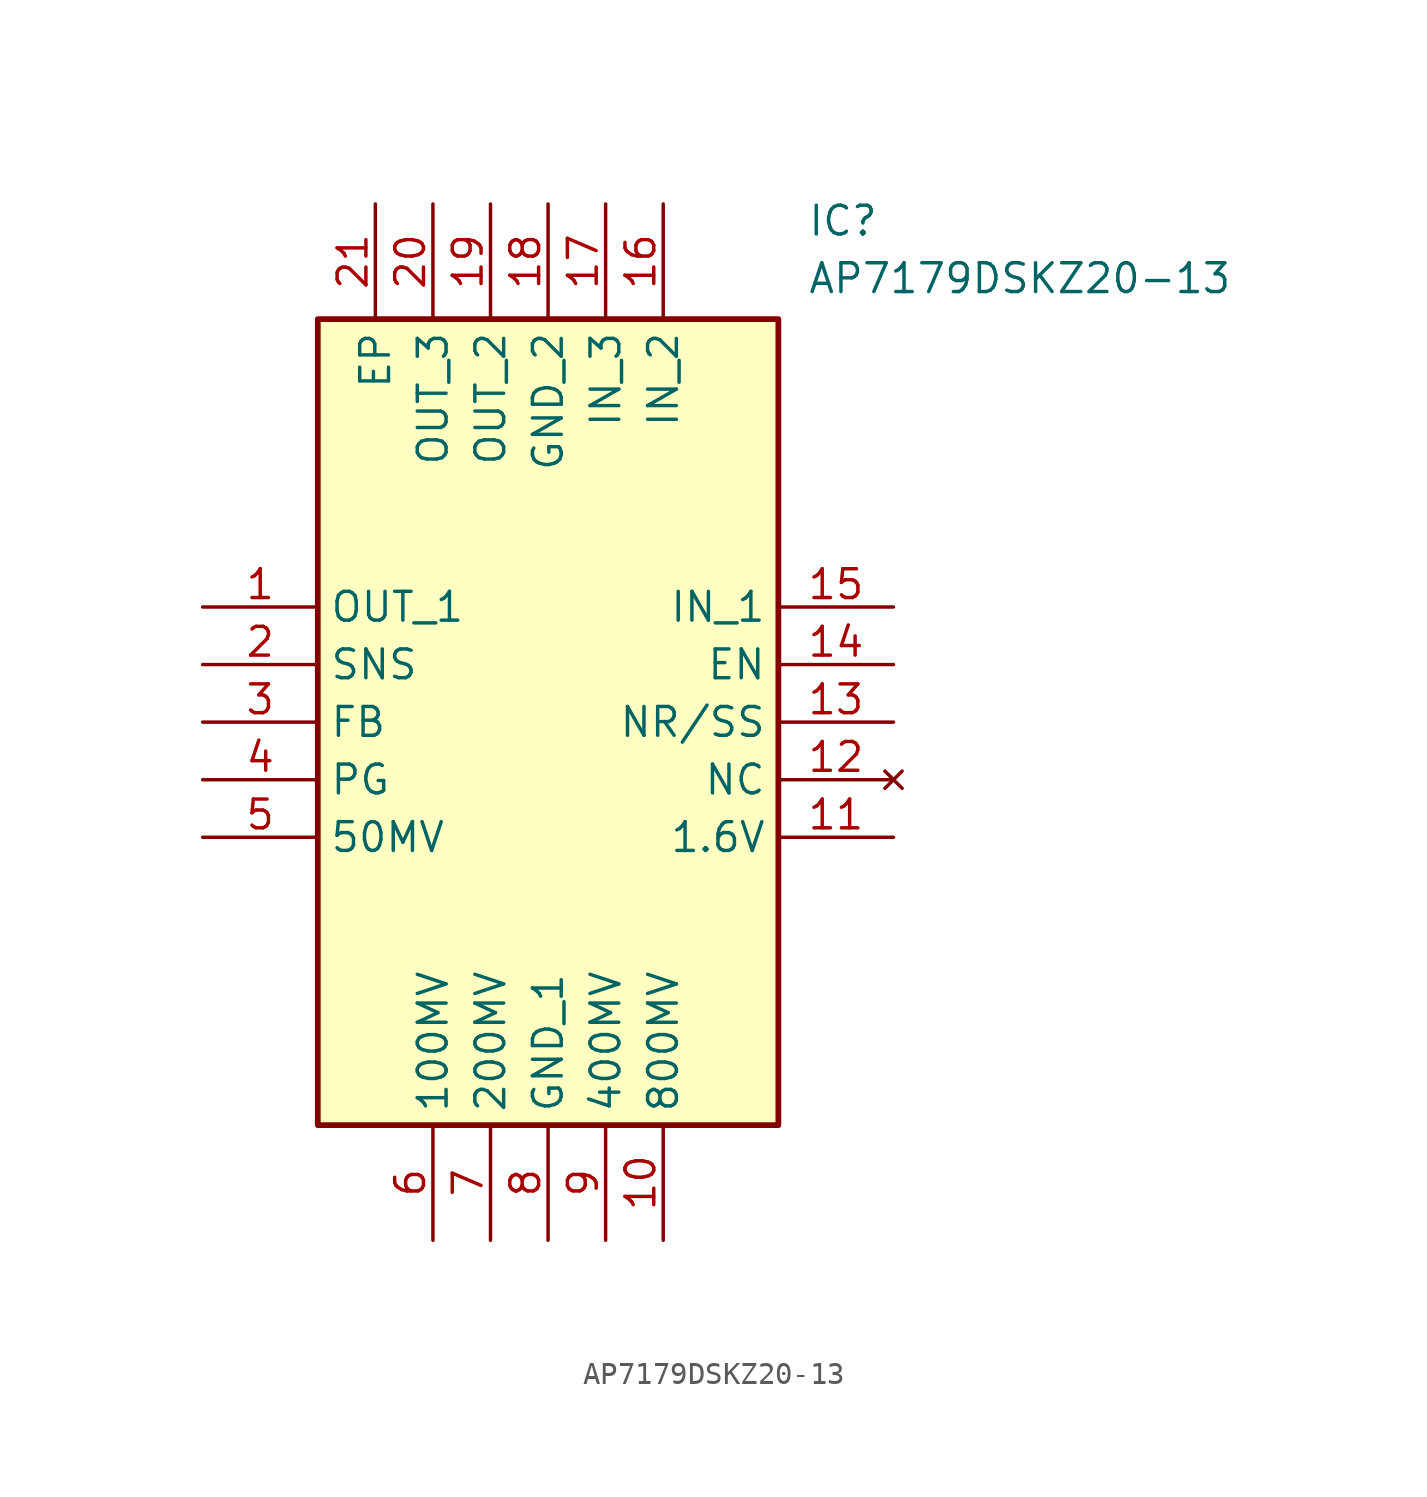
<source format=kicad_sym>
(kicad_symbol_lib
  (version 20211014)
  (generator SamacSys_ECAD_Model)
  (symbol "AP7179DSKZ20-13"
    (property "Reference" "IC"
      (at 26.67 17.78 0)
      (effects (font (size 1.27 1.27)) (justify left top)))
    (property "Value" "AP7179DSKZ20-13"
      (at 26.67 15.24 0)
      (effects (font (size 1.27 1.27)) (justify left top)))
    (rectangle
      (start 5.08 12.7)
      (end 25.4 -22.86)
      (stroke (width 0.254) (type default))
      (fill (type background)))
    (pin passive line
      (at 0 0 0)
      (length 5.08)
      (name "OUT_1" (effects (font (size 1.27 1.27))))
      (number "1" (effects (font (size 1.27 1.27)))))
    (pin passive line
      (at 0 -2.54 0)
      (length 5.08)
      (name "SNS" (effects (font (size 1.27 1.27))))
      (number "2" (effects (font (size 1.27 1.27)))))
    (pin passive line
      (at 0 -5.08 0)
      (length 5.08)
      (name "FB" (effects (font (size 1.27 1.27))))
      (number "3" (effects (font (size 1.27 1.27)))))
    (pin passive line
      (at 0 -7.62 0)
      (length 5.08)
      (name "PG" (effects (font (size 1.27 1.27))))
      (number "4" (effects (font (size 1.27 1.27)))))
    (pin passive line
      (at 0 -10.16 0)
      (length 5.08)
      (name "50MV" (effects (font (size 1.27 1.27))))
      (number "5" (effects (font (size 1.27 1.27)))))
    (pin passive line
      (at 10.16 -27.94 90)
      (length 5.08)
      (name "100MV" (effects (font (size 1.27 1.27))))
      (number "6" (effects (font (size 1.27 1.27)))))
    (pin passive line
      (at 12.7 -27.94 90)
      (length 5.08)
      (name "200MV" (effects (font (size 1.27 1.27))))
      (number "7" (effects (font (size 1.27 1.27)))))
    (pin passive line
      (at 15.24 -27.94 90)
      (length 5.08)
      (name "GND_1" (effects (font (size 1.27 1.27))))
      (number "8" (effects (font (size 1.27 1.27)))))
    (pin passive line
      (at 17.78 -27.94 90)
      (length 5.08)
      (name "400MV" (effects (font (size 1.27 1.27))))
      (number "9" (effects (font (size 1.27 1.27)))))
    (pin passive line
      (at 20.32 -27.94 90)
      (length 5.08)
      (name "800MV" (effects (font (size 1.27 1.27))))
      (number "10" (effects (font (size 1.27 1.27)))))
    (pin passive line
      (at 30.48 0 180)
      (length 5.08)
      (name "IN_1" (effects (font (size 1.27 1.27))))
      (number "15" (effects (font (size 1.27 1.27)))))
    (pin passive line
      (at 30.48 -2.54 180)
      (length 5.08)
      (name "EN" (effects (font (size 1.27 1.27))))
      (number "14" (effects (font (size 1.27 1.27)))))
    (pin passive line
      (at 30.48 -5.08 180)
      (length 5.08)
      (name "NR/SS" (effects (font (size 1.27 1.27))))
      (number "13" (effects (font (size 1.27 1.27)))))
    (pin no_connect line
      (at 30.48 -7.62 180)
      (length 5.08)
      (name "NC" (effects (font (size 1.27 1.27))))
      (number "12" (effects (font (size 1.27 1.27)))))
    (pin passive line
      (at 30.48 -10.16 180)
      (length 5.08)
      (name "1.6V" (effects (font (size 1.27 1.27))))
      (number "11" (effects (font (size 1.27 1.27)))))
    (pin passive line
      (at 7.62 17.78 270)
      (length 5.08)
      (name "EP" (effects (font (size 1.27 1.27))))
      (number "21" (effects (font (size 1.27 1.27)))))
    (pin passive line
      (at 10.16 17.78 270)
      (length 5.08)
      (name "OUT_3" (effects (font (size 1.27 1.27))))
      (number "20" (effects (font (size 1.27 1.27)))))
    (pin passive line
      (at 12.7 17.78 270)
      (length 5.08)
      (name "OUT_2" (effects (font (size 1.27 1.27))))
      (number "19" (effects (font (size 1.27 1.27)))))
    (pin passive line
      (at 15.24 17.78 270)
      (length 5.08)
      (name "GND_2" (effects (font (size 1.27 1.27))))
      (number "18" (effects (font (size 1.27 1.27)))))
    (pin passive line
      (at 17.78 17.78 270)
      (length 5.08)
      (name "IN_3" (effects (font (size 1.27 1.27))))
      (number "17" (effects (font (size 1.27 1.27)))))
    (pin passive line
      (at 20.32 17.78 270)
      (length 5.08)
      (name "IN_2" (effects (font (size 1.27 1.27))))
      (number "16" (effects (font (size 1.27 1.27)))))))
</source>
